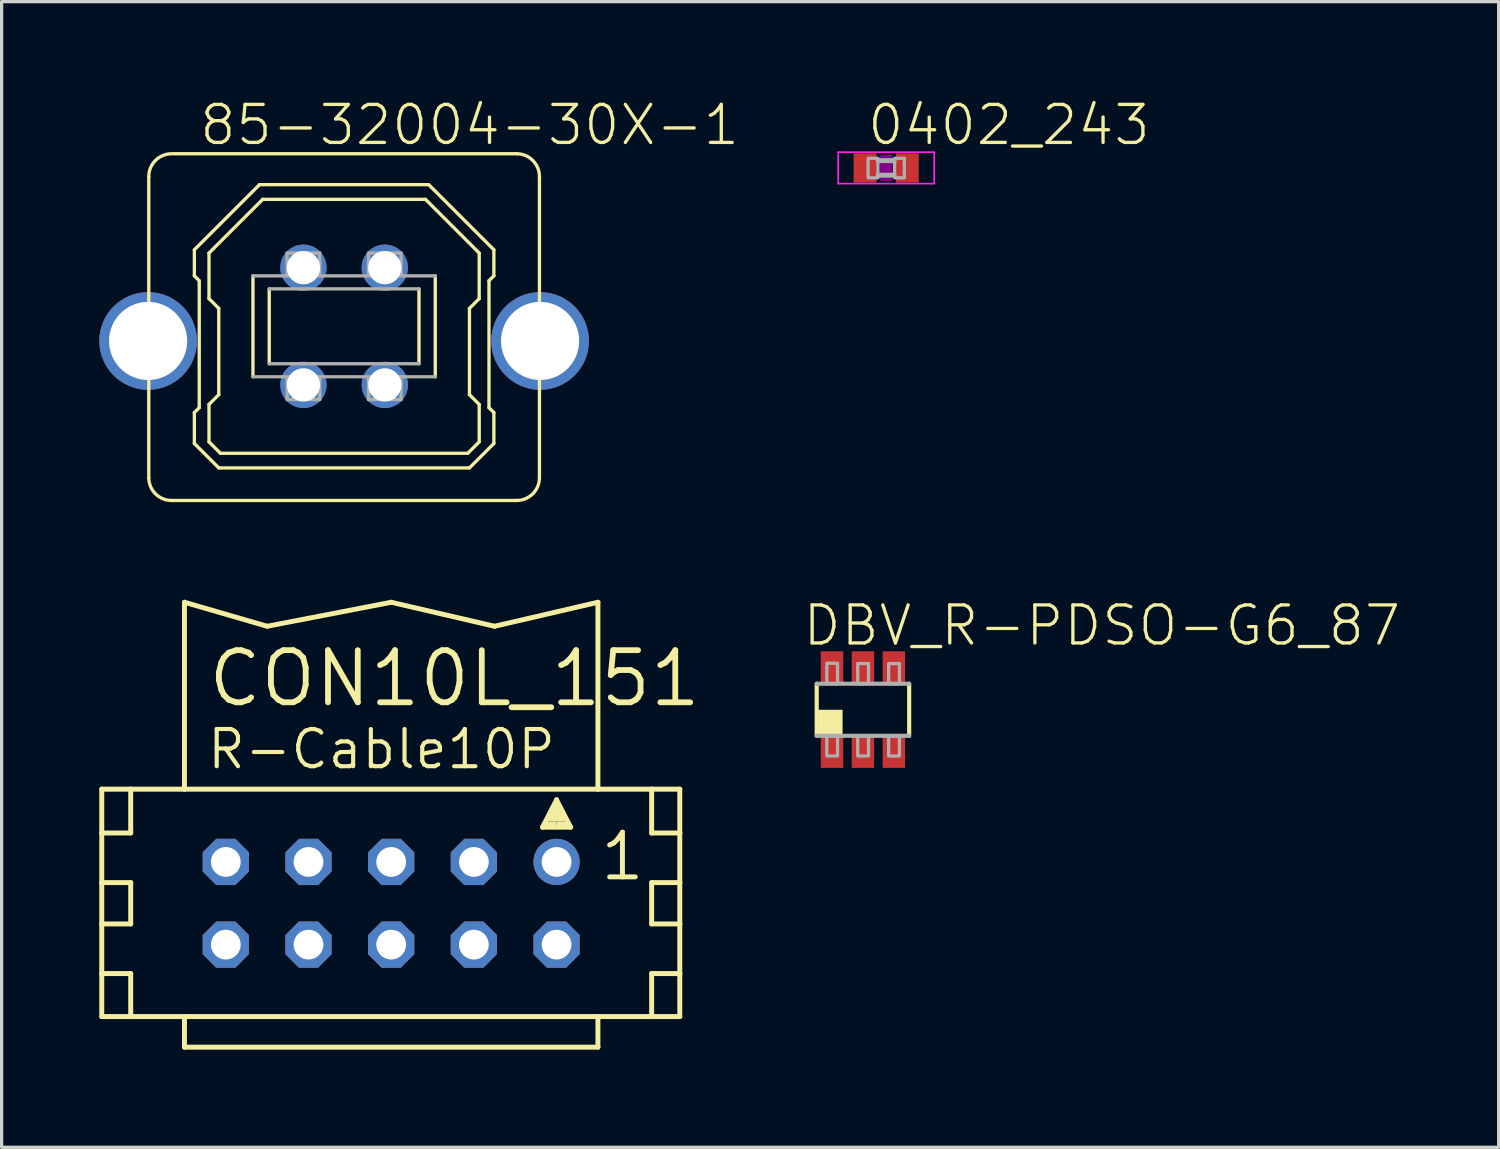
<source format=kicad_pcb>
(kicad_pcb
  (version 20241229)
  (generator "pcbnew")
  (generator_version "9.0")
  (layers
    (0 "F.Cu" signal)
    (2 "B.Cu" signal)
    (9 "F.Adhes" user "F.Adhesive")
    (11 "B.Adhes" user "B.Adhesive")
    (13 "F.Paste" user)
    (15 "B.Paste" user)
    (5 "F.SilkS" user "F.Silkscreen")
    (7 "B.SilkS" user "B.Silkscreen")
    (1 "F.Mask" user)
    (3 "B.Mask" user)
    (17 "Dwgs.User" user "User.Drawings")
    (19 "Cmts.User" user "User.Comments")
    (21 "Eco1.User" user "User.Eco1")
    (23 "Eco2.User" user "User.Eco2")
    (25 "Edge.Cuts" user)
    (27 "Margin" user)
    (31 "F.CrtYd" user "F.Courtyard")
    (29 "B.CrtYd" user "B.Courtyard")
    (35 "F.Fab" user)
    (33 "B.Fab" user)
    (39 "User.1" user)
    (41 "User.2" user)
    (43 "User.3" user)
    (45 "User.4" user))
  (footprint "0402_243"
    (layer "F.Cu")
    (at 24.17 2.108)
    (property "Reference" "0402_243" (at -0.635 -0.635 0) (unlocked yes) (layer "F.SilkS") (effects (font (size 1.168 1.168) (thickness 0.102)) (justify left bottom)))
    (fp_poly (pts (xy -0.2 0.4) (xy 0.2 0.4) (xy 0.2 -0.4) (xy -0.2 -0.4)) (stroke (width 0) (type default)) (fill yes) (layer "F.Adhes"))
    (fp_line (start -1.473 -0.483) (end 1.473 -0.483) (stroke (width 0.051) (type solid)) (layer "F.CrtYd"))
    (fp_line (start -1.473 0.483) (end -1.473 -0.483) (stroke (width 0.051) (type solid)) (layer "F.CrtYd"))
    (fp_line (start 1.473 -0.483) (end 1.473 0.483) (stroke (width 0.051) (type solid)) (layer "F.CrtYd"))
    (fp_line (start 1.473 0.483) (end -1.473 0.483) (stroke (width 0.051) (type solid)) (layer "F.CrtYd"))
    (fp_line (start -0.245 -0.224) (end 0.245 -0.224) (stroke (width 0.152) (type solid)) (layer "F.Fab"))
    (fp_line (start 0.245 0.224) (end -0.245 0.224) (stroke (width 0.152) (type solid)) (layer "F.Fab"))
    (fp_poly (pts (xy -0.554 0.305) (xy -0.254 0.305) (xy -0.254 -0.295) (xy -0.554 -0.295)) (stroke (width 0.1) (type default)) (fill no) (layer "F.Fab"))
    (fp_poly (pts (xy 0.259 0.305) (xy 0.559 0.305) (xy 0.559 -0.295) (xy 0.259 -0.295)) (stroke (width 0.1) (type default)) (fill no) (layer "F.Fab"))
    (pad "1" smd rect (at -0.65 0) (size 0.7 0.9) (layers "F.Cu" "F.Mask" "F.Paste"))
    (pad "2" smd rect (at 0.65 0) (size 0.7 0.9) (layers "F.Cu" "F.Mask" "F.Paste")))
  (footprint "CON10L_151"
    (layer "F.Cu")
    (at 8.966 24.696)
    (property "Reference" "CON10L_151" (at -5.715 -5.969 0) (unlocked yes) (layer "F.SilkS") (effects (font (size 1.6 1.6) (thickness 0.178)) (justify left bottom)))
    (fp_line (start -8.89 -3.505) (end -8.89 -2.159) (stroke (width 0.152) (type solid)) (layer "F.SilkS"))
    (fp_line (start -8.89 -2.159) (end -8.89 -0.635) (stroke (width 0.152) (type solid)) (layer "F.SilkS"))
    (fp_line (start -8.89 -2.159) (end -8.001 -2.159) (stroke (width 0.152) (type solid)) (layer "F.SilkS"))
    (fp_line (start -8.89 -0.635) (end -8.89 0.635) (stroke (width 0.152) (type solid)) (layer "F.SilkS"))
    (fp_line (start -8.89 -0.635) (end -8.001 -0.635) (stroke (width 0.152) (type solid)) (layer "F.SilkS"))
    (fp_line (start -8.89 0.635) (end -8.89 2.159) (stroke (width 0.152) (type solid)) (layer "F.SilkS"))
    (fp_line (start -8.89 0.635) (end -8.001 0.635) (stroke (width 0.152) (type solid)) (layer "F.SilkS"))
    (fp_line (start -8.89 2.159) (end -8.89 3.48) (stroke (width 0.152) (type solid)) (layer "F.SilkS"))
    (fp_line (start -8.89 2.159) (end -8.001 2.159) (stroke (width 0.152) (type solid)) (layer "F.SilkS"))
    (fp_line (start -8.89 3.48) (end -8.001 3.48) (stroke (width 0.152) (type solid)) (layer "F.SilkS"))
    (fp_line (start -8.001 -3.505) (end -8.89 -3.505) (stroke (width 0.152) (type solid)) (layer "F.SilkS"))
    (fp_line (start -8.001 -3.505) (end -8.001 -2.159) (stroke (width 0.152) (type solid)) (layer "F.SilkS"))
    (fp_line (start -8.001 -0.635) (end -8.001 0.635) (stroke (width 0.152) (type solid)) (layer "F.SilkS"))
    (fp_line (start -8.001 2.159) (end -8.001 3.48) (stroke (width 0.152) (type solid)) (layer "F.SilkS"))
    (fp_line (start -8.001 3.48) (end -6.35 3.48) (stroke (width 0.152) (type solid)) (layer "F.SilkS"))
    (fp_line (start -6.35 -3.505) (end -8.001 -3.505) (stroke (width 0.152) (type solid)) (layer "F.SilkS"))
    (fp_line (start -6.35 -3.505) (end -6.35 -9.246) (stroke (width 0.152) (type solid)) (layer "F.SilkS"))
    (fp_line (start -6.35 3.48) (end -6.35 4.42) (stroke (width 0.152) (type solid)) (layer "F.SilkS"))
    (fp_line (start -6.35 3.48) (end 6.35 3.48) (stroke (width 0.152) (type solid)) (layer "F.SilkS"))
    (fp_line (start -3.81 -8.509) (end -6.35 -9.246) (stroke (width 0.152) (type solid)) (layer "F.SilkS"))
    (fp_line (start -3.81 -8.509) (end 0 -9.246) (stroke (width 0.152) (type solid)) (layer "F.SilkS"))
    (fp_line (start 3.175 -8.509) (end 0 -9.246) (stroke (width 0.152) (type solid)) (layer "F.SilkS"))
    (fp_line (start 3.175 -8.509) (end 6.35 -9.246) (stroke (width 0.152) (type solid)) (layer "F.SilkS"))
    (fp_line (start 4.648 -2.337) (end 5.08 -3.175) (stroke (width 0.152) (type solid)) (layer "F.SilkS"))
    (fp_line (start 5.08 -3.175) (end 5.08 -2.921) (stroke (width 0.152) (type solid)) (layer "F.SilkS"))
    (fp_line (start 5.08 -3.175) (end 5.512 -2.337) (stroke (width 0.152) (type solid)) (layer "F.SilkS"))
    (fp_line (start 5.512 -2.337) (end 4.648 -2.337) (stroke (width 0.152) (type solid)) (layer "F.SilkS"))
    (fp_line (start 6.35 -3.505) (end -6.35 -3.505) (stroke (width 0.152) (type solid)) (layer "F.SilkS"))
    (fp_line (start 6.35 -3.505) (end 6.35 -9.246) (stroke (width 0.152) (type solid)) (layer "F.SilkS"))
    (fp_line (start 6.35 3.48) (end 6.35 4.42) (stroke (width 0.152) (type solid)) (layer "F.SilkS"))
    (fp_line (start 6.35 3.48) (end 8.001 3.48) (stroke (width 0.152) (type solid)) (layer "F.SilkS"))
    (fp_line (start 6.35 4.42) (end -6.35 4.42) (stroke (width 0.152) (type solid)) (layer "F.SilkS"))
    (fp_line (start 8.001 -3.505) (end 6.35 -3.505) (stroke (width 0.152) (type solid)) (layer "F.SilkS"))
    (fp_line (start 8.001 -3.505) (end 8.001 -2.159) (stroke (width 0.152) (type solid)) (layer "F.SilkS"))
    (fp_line (start 8.001 -2.159) (end 8.865 -2.159) (stroke (width 0.152) (type solid)) (layer "F.SilkS"))
    (fp_line (start 8.001 -0.635) (end 8.001 0.635) (stroke (width 0.152) (type solid)) (layer "F.SilkS"))
    (fp_line (start 8.001 -0.635) (end 8.865 -0.635) (stroke (width 0.152) (type solid)) (layer "F.SilkS"))
    (fp_line (start 8.001 0.635) (end 8.865 0.635) (stroke (width 0.152) (type solid)) (layer "F.SilkS"))
    (fp_line (start 8.001 2.159) (end 8.001 3.48) (stroke (width 0.152) (type solid)) (layer "F.SilkS"))
    (fp_line (start 8.001 2.159) (end 8.865 2.159) (stroke (width 0.152) (type solid)) (layer "F.SilkS"))
    (fp_line (start 8.001 3.48) (end 8.865 3.48) (stroke (width 0.152) (type solid)) (layer "F.SilkS"))
    (fp_line (start 8.865 -3.505) (end 8.001 -3.505) (stroke (width 0.152) (type solid)) (layer "F.SilkS"))
    (fp_line (start 8.865 -2.159) (end 8.865 -3.505) (stroke (width 0.152) (type solid)) (layer "F.SilkS"))
    (fp_line (start 8.865 -0.635) (end 8.865 -2.159) (stroke (width 0.152) (type solid)) (layer "F.SilkS"))
    (fp_line (start 8.865 0.635) (end 8.865 -0.635) (stroke (width 0.152) (type solid)) (layer "F.SilkS"))
    (fp_line (start 8.865 2.159) (end 8.865 0.635) (stroke (width 0.152) (type solid)) (layer "F.SilkS"))
    (fp_line (start 8.865 3.48) (end 8.865 2.159) (stroke (width 0.152) (type solid)) (layer "F.SilkS"))
    (fp_poly (pts (xy 4.699 -2.388) (xy 5.08 -2.388) (xy 5.08 -2.515) (xy 4.699 -2.515)) (stroke (width 0) (type default)) (fill yes) (layer "F.SilkS"))
    (fp_poly (pts (xy 4.826 -2.515) (xy 5.334 -2.515) (xy 5.334 -2.769) (xy 4.826 -2.769)) (stroke (width 0) (type default)) (fill yes) (layer "F.SilkS"))
    (fp_poly (pts (xy 4.953 -2.718) (xy 5.207 -2.718) (xy 5.207 -2.972) (xy 4.953 -2.972)) (stroke (width 0) (type default)) (fill yes) (layer "F.SilkS"))
    (fp_poly (pts (xy 5.08 -2.388) (xy 5.461 -2.388) (xy 5.461 -2.515) (xy 5.08 -2.515)) (stroke (width 0) (type default)) (fill yes) (layer "F.SilkS"))
    (fp_text user "R-Cable10P" (at -5.715 -4.064 0) (unlocked yes) (layer "F.SilkS") (effects (font (size 1.143 1.143) (thickness 0.127)) (justify left bottom)))
    (fp_text user "1" (at 6.35 -0.635 0) (unlocked yes) (layer "F.SilkS") (effects (font (size 1.372 1.372) (thickness 0.152)) (justify left bottom)))
    (pad "1" thru_hole circle (at 5.08 -1.27) (size 1.422 1.422) (drill 0.914) (layers "*.Cu" "*.Mask"))
    (pad "2" thru_hole roundrect (at 5.08 1.27) (size 1.422 1.422) (drill 0.914) (layers "*.Cu" "*.Mask") (roundrect_rratio 0.25) (chamfer_ratio 0.293) (chamfer top_left top_right bottom_left bottom_right))
    (pad "3" thru_hole roundrect (at 2.54 -1.27) (size 1.422 1.422) (drill 0.914) (layers "*.Cu" "*.Mask") (roundrect_rratio 0.25) (chamfer_ratio 0.293) (chamfer top_left top_right bottom_left bottom_right))
    (pad "4" thru_hole roundrect (at 2.54 1.27) (size 1.422 1.422) (drill 0.914) (layers "*.Cu" "*.Mask") (roundrect_rratio 0.25) (chamfer_ratio 0.293) (chamfer top_left top_right bottom_left bottom_right))
    (pad "5" thru_hole roundrect (at 0 -1.27) (size 1.422 1.422) (drill 0.914) (layers "*.Cu" "*.Mask") (roundrect_rratio 0.25) (chamfer_ratio 0.293) (chamfer top_left top_right bottom_left bottom_right))
    (pad "6" thru_hole roundrect (at 0 1.27) (size 1.422 1.422) (drill 0.914) (layers "*.Cu" "*.Mask") (roundrect_rratio 0.25) (chamfer_ratio 0.293) (chamfer top_left top_right bottom_left bottom_right))
    (pad "7" thru_hole roundrect (at -2.54 -1.27) (size 1.422 1.422) (drill 0.914) (layers "*.Cu" "*.Mask") (roundrect_rratio 0.25) (chamfer_ratio 0.293) (chamfer top_left top_right bottom_left bottom_right))
    (pad "8" thru_hole roundrect (at -2.54 1.27) (size 1.422 1.422) (drill 0.914) (layers "*.Cu" "*.Mask") (roundrect_rratio 0.25) (chamfer_ratio 0.293) (chamfer top_left top_right bottom_left bottom_right))
    (pad "9" thru_hole roundrect (at -5.08 -1.27) (size 1.422 1.422) (drill 0.914) (layers "*.Cu" "*.Mask") (roundrect_rratio 0.25) (chamfer_ratio 0.293) (chamfer top_left top_right bottom_left bottom_right))
    (pad "10" thru_hole roundrect (at -5.08 1.27) (size 1.422 1.422) (drill 0.914) (layers "*.Cu" "*.Mask") (roundrect_rratio 0.25) (chamfer_ratio 0.293) (chamfer top_left top_right bottom_left bottom_right)))
  (footprint "DBV_R-PDSO-G6_87"
    (layer "F.Cu")
    (at 23.457 18.752)
    (property "Reference" "DBV_R-PDSO-G6_87" (at -1.905 -1.905 0) (unlocked yes) (layer "F.SilkS") (effects (font (size 1.168 1.168) (thickness 0.102)) (justify left bottom)))
    (fp_poly (pts (xy -1.35 -0.75) (xy -0.55 -0.75) (xy -0.55 -1.85) (xy -1.35 -1.85)) (stroke (width 0) (type default)) (fill yes) (layer "F.Mask"))
    (fp_poly (pts (xy -0.55 0.75) (xy -1.35 0.75) (xy -1.35 1.85) (xy -0.55 1.85)) (stroke (width 0) (type default)) (fill yes) (layer "F.Mask"))
    (fp_poly (pts (xy -0.4 -0.75) (xy 0.4 -0.75) (xy 0.4 -1.85) (xy -0.4 -1.85)) (stroke (width 0) (type default)) (fill yes) (layer "F.Mask"))
    (fp_poly (pts (xy 0.4 0.75) (xy -0.4 0.75) (xy -0.4 1.85) (xy 0.4 1.85)) (stroke (width 0) (type default)) (fill yes) (layer "F.Mask"))
    (fp_poly (pts (xy 0.55 -0.75) (xy 1.35 -0.75) (xy 1.35 -1.85) (xy 0.55 -1.85)) (stroke (width 0) (type default)) (fill yes) (layer "F.Mask"))
    (fp_poly (pts (xy 1.35 0.75) (xy 0.55 0.75) (xy 0.55 1.85) (xy 1.35 1.85)) (stroke (width 0) (type default)) (fill yes) (layer "F.Mask"))
    (fp_line (start -1.42 0.8) (end -1.42 -0.8) (stroke (width 0.127) (type solid)) (layer "F.SilkS"))
    (fp_line (start 0 1.29) (end 0 1.3) (stroke (width 0.01) (type solid)) (layer "F.SilkS"))
    (fp_line (start 1.42 -0.8) (end 1.42 0.8) (stroke (width 0.127) (type solid)) (layer "F.SilkS"))
    (fp_poly (pts (xy -1.375 0.75) (xy -0.625 0.75) (xy -0.625 0) (xy -1.375 0)) (stroke (width 0) (type default)) (fill yes) (layer "F.SilkS"))
    (fp_line (start -1.42 -0.8) (end 1.42 -0.8) (stroke (width 0.127) (type solid)) (layer "F.Fab"))
    (fp_line (start 1.42 0.8) (end -1.42 0.8) (stroke (width 0.127) (type solid)) (layer "F.Fab"))
    (fp_poly (pts (xy -1.11 -0.8) (xy -0.78 -0.8) (xy -0.78 -1.43) (xy -1.11 -1.43)) (stroke (width 0.1) (type default)) (fill no) (layer "F.Fab"))
    (fp_poly (pts (xy -1.11 1.42) (xy -0.78 1.42) (xy -0.78 0.8) (xy -1.11 0.8)) (stroke (width 0.1) (type default)) (fill no) (layer "F.Fab"))
    (fp_poly (pts (xy -0.16 -0.8) (xy 0.17 -0.8) (xy 0.17 -1.42) (xy -0.16 -1.42)) (stroke (width 0.1) (type default)) (fill no) (layer "F.Fab"))
    (fp_poly (pts (xy -0.16 1.42) (xy 0.17 1.42) (xy 0.17 0.8) (xy -0.16 0.8)) (stroke (width 0.1) (type default)) (fill no) (layer "F.Fab"))
    (fp_poly (pts (xy 0.79 -0.8) (xy 1.12 -0.8) (xy 1.12 -1.42) (xy 0.79 -1.42)) (stroke (width 0.1) (type default)) (fill no) (layer "F.Fab"))
    (fp_poly (pts (xy 0.79 1.42) (xy 1.12 1.42) (xy 1.12 0.8) (xy 0.79 0.8)) (stroke (width 0.1) (type default)) (fill no) (layer "F.Fab"))
    (pad "1" smd rect (at -0.95 1.29) (size 0.69 0.99) (layers "F.Cu" "F.Paste"))
    (pad "2" smd rect (at 0 1.29) (size 0.69 0.99) (layers "F.Cu" "F.Paste"))
    (pad "3" smd rect (at 0.95 1.29) (size 0.69 0.99) (layers "F.Cu" "F.Paste"))
    (pad "4" smd rect (at 0.95 -1.3) (size 0.69 0.99) (layers "F.Cu" "F.Paste"))
    (pad "5" smd rect (at 0 -1.3) (size 0.69 0.99) (layers "F.Cu" "F.Paste"))
    (pad "6" smd rect (at -0.95 -1.3) (size 0.69 0.99) (layers "F.Cu" "F.Paste")))
  (footprint "85-32004-30X-1"
    (layer "F.Cu")
    (at 7.52 6.973)
    (property "Reference" "85-32004-30X-1" (at -4.5 -5.5 0) (unlocked yes) (layer "F.SilkS") (effects (font (size 1.168 1.168) (thickness 0.102)) (justify left bottom)))
    (fp_line (start -6 4.65) (end -6 -4.6) (stroke (width 0.102) (type solid)) (layer "F.SilkS"))
    (fp_line (start -5.25 -5.3) (end 5.3 -5.3) (stroke (width 0.102) (type solid)) (layer "F.SilkS"))
    (fp_line (start -4.6 -2.35) (end -2.6 -4.35) (stroke (width 0.102) (type solid)) (layer "F.SilkS"))
    (fp_line (start -4.6 -1.55) (end -4.6 -2.35) (stroke (width 0.102) (type solid)) (layer "F.SilkS"))
    (fp_line (start -4.6 2.65) (end -4.45 2.5) (stroke (width 0.102) (type solid)) (layer "F.SilkS"))
    (fp_line (start -4.6 3.6) (end -4.6 2.65) (stroke (width 0.102) (type solid)) (layer "F.SilkS"))
    (fp_line (start -4.45 -1.4) (end -4.6 -1.55) (stroke (width 0.102) (type solid)) (layer "F.SilkS"))
    (fp_line (start -4.45 2.5) (end -4.45 -1.4) (stroke (width 0.102) (type solid)) (layer "F.SilkS"))
    (fp_line (start -4.15 -2.25) (end -2.5 -3.9) (stroke (width 0.102) (type solid)) (layer "F.SilkS"))
    (fp_line (start -4.15 -0.85) (end -4.15 -2.25) (stroke (width 0.102) (type solid)) (layer "F.SilkS"))
    (fp_line (start -4.15 2.4) (end -3.85 2.1) (stroke (width 0.102) (type solid)) (layer "F.SilkS"))
    (fp_line (start -4.15 3.55) (end -4.15 2.4) (stroke (width 0.102) (type solid)) (layer "F.SilkS"))
    (fp_line (start -3.85 -0.55) (end -4.15 -0.85) (stroke (width 0.102) (type solid)) (layer "F.SilkS"))
    (fp_line (start -3.85 2.1) (end -3.85 -0.55) (stroke (width 0.102) (type solid)) (layer "F.SilkS"))
    (fp_line (start -3.85 4.35) (end -4.6 3.6) (stroke (width 0.102) (type solid)) (layer "F.SilkS"))
    (fp_line (start -3.8 3.9) (end -4.15 3.55) (stroke (width 0.102) (type solid)) (layer "F.SilkS"))
    (fp_line (start -2.8 1.55) (end -2.8 -1.55) (stroke (width 0.102) (type solid)) (layer "F.SilkS"))
    (fp_line (start -2.6 -4.35) (end 2.6 -4.35) (stroke (width 0.102) (type solid)) (layer "F.SilkS"))
    (fp_line (start -2.5 -3.9) (end 2.5 -3.9) (stroke (width 0.102) (type solid)) (layer "F.SilkS"))
    (fp_line (start -2.3 1.15) (end -2.3 -1.15) (stroke (width 0.102) (type solid)) (layer "F.SilkS"))
    (fp_line (start 2.3 -1.15) (end 2.3 1.15) (stroke (width 0.102) (type solid)) (layer "F.SilkS"))
    (fp_line (start 2.5 -3.9) (end 4.15 -2.25) (stroke (width 0.102) (type solid)) (layer "F.SilkS"))
    (fp_line (start 2.6 -4.35) (end 4.6 -2.35) (stroke (width 0.102) (type solid)) (layer "F.SilkS"))
    (fp_line (start 2.8 -1.55) (end 2.8 1.55) (stroke (width 0.102) (type solid)) (layer "F.SilkS"))
    (fp_line (start 3.8 3.9) (end -3.8 3.9) (stroke (width 0.102) (type solid)) (layer "F.SilkS"))
    (fp_line (start 3.85 -0.55) (end 3.85 2.1) (stroke (width 0.102) (type solid)) (layer "F.SilkS"))
    (fp_line (start 3.85 -0.55) (end 4.15 -0.85) (stroke (width 0.102) (type solid)) (layer "F.SilkS"))
    (fp_line (start 3.85 2.1) (end 4.15 2.4) (stroke (width 0.102) (type solid)) (layer "F.SilkS"))
    (fp_line (start 3.85 4.35) (end -3.85 4.35) (stroke (width 0.102) (type solid)) (layer "F.SilkS"))
    (fp_line (start 4.15 -0.85) (end 4.15 -2.25) (stroke (width 0.102) (type solid)) (layer "F.SilkS"))
    (fp_line (start 4.15 2.4) (end 4.15 3.55) (stroke (width 0.102) (type solid)) (layer "F.SilkS"))
    (fp_line (start 4.15 3.55) (end 3.8 3.9) (stroke (width 0.102) (type solid)) (layer "F.SilkS"))
    (fp_line (start 4.45 -1.4) (end 4.45 2.5) (stroke (width 0.102) (type solid)) (layer "F.SilkS"))
    (fp_line (start 4.45 2.5) (end 4.6 2.65) (stroke (width 0.102) (type solid)) (layer "F.SilkS"))
    (fp_line (start 4.6 -2.35) (end 4.6 -1.55) (stroke (width 0.102) (type solid)) (layer "F.SilkS"))
    (fp_line (start 4.6 -1.55) (end 4.45 -1.4) (stroke (width 0.102) (type solid)) (layer "F.SilkS"))
    (fp_line (start 4.6 2.65) (end 4.6 3.6) (stroke (width 0.102) (type solid)) (layer "F.SilkS"))
    (fp_line (start 4.6 3.6) (end 3.85 4.35) (stroke (width 0.102) (type solid)) (layer "F.SilkS"))
    (fp_line (start 5.3 5.35) (end -5.3 5.35) (stroke (width 0.102) (type solid)) (layer "F.SilkS"))
    (fp_line (start 6 -4.6) (end 6 4.65) (stroke (width 0.102) (type solid)) (layer "F.SilkS"))
    (fp_arc (start -6 -4.6) (mid -5.794975 -5.094975) (end -5.3 -5.3) (stroke (width 0.1016) (type solid)) (layer "F.SilkS"))
    (fp_arc (start -5.3 5.35) (mid -5.794975 5.144975) (end -6 4.65) (stroke (width 0.1016) (type solid)) (layer "F.SilkS"))
    (fp_arc (start 5.3 -5.3) (mid 5.794975 -5.094975) (end 6 -4.6) (stroke (width 0.1016) (type solid)) (layer "F.SilkS"))
    (fp_arc (start 6 4.65) (mid 5.794975 5.144975) (end 5.3 5.35) (stroke (width 0.1016) (type solid)) (layer "F.SilkS"))
    (fp_line (start -2.8 -1.55) (end 2.8 -1.55) (stroke (width 0.102) (type solid)) (layer "F.Fab"))
    (fp_line (start -2.3 -1.15) (end 2.3 -1.15) (stroke (width 0.102) (type solid)) (layer "F.Fab"))
    (fp_line (start -1.75 -2.25) (end -0.75 -2.25) (stroke (width 0.102) (type solid)) (layer "F.Fab"))
    (fp_line (start -1.75 -1.6) (end -1.75 -2.25) (stroke (width 0.102) (type solid)) (layer "F.Fab"))
    (fp_line (start -1.75 2.25) (end -1.75 1.6) (stroke (width 0.102) (type solid)) (layer "F.Fab"))
    (fp_line (start -0.75 -2.25) (end -0.75 -1.6) (stroke (width 0.102) (type solid)) (layer "F.Fab"))
    (fp_line (start -0.75 1.6) (end -0.75 2.25) (stroke (width 0.102) (type solid)) (layer "F.Fab"))
    (fp_line (start -0.75 2.25) (end -1.75 2.25) (stroke (width 0.102) (type solid)) (layer "F.Fab"))
    (fp_line (start 0.75 -2.25) (end 1.75 -2.25) (stroke (width 0.102) (type solid)) (layer "F.Fab"))
    (fp_line (start 0.75 -1.6) (end 0.75 -2.25) (stroke (width 0.102) (type solid)) (layer "F.Fab"))
    (fp_line (start 0.75 2.25) (end 0.75 1.6) (stroke (width 0.102) (type solid)) (layer "F.Fab"))
    (fp_line (start 1.75 -2.25) (end 1.75 -1.6) (stroke (width 0.102) (type solid)) (layer "F.Fab"))
    (fp_line (start 1.75 1.6) (end 1.75 2.25) (stroke (width 0.102) (type solid)) (layer "F.Fab"))
    (fp_line (start 1.75 2.25) (end 0.75 2.25) (stroke (width 0.102) (type solid)) (layer "F.Fab"))
    (fp_line (start 2.3 1.15) (end -2.3 1.15) (stroke (width 0.102) (type solid)) (layer "F.Fab"))
    (fp_line (start 2.8 1.55) (end -2.8 1.55) (stroke (width 0.102) (type solid)) (layer "F.Fab"))
    (pad "1" thru_hole circle (at 1.25 -1.8) (size 1.422 1.422) (drill 1.02) (layers "*.Cu" "*.Mask"))
    (pad "2" thru_hole circle (at -1.25 -1.8) (size 1.422 1.422) (drill 1.02) (layers "*.Cu" "*.Mask"))
    (pad "3" thru_hole circle (at -1.25 1.8) (size 1.422 1.422) (drill 1.02) (layers "*.Cu" "*.Mask"))
    (pad "4" thru_hole circle (at 1.25 1.8) (size 1.422 1.422) (drill 1.02) (layers "*.Cu" "*.Mask"))
    (pad "M1" thru_hole circle (at -6.02 0.45) (size 3 3) (drill 2.4) (layers "*.Cu" "*.Mask"))
    (pad "M2" thru_hole circle (at 6.02 0.45) (size 3 3) (drill 2.4) (layers "*.Cu" "*.Mask")))
  (gr_rect
    (start -3 -3)
    (end 42.984 32.192)
    (stroke (width 0.1) (type default))
    (fill no)
    (layer "Edge.Cuts")))
</source>
